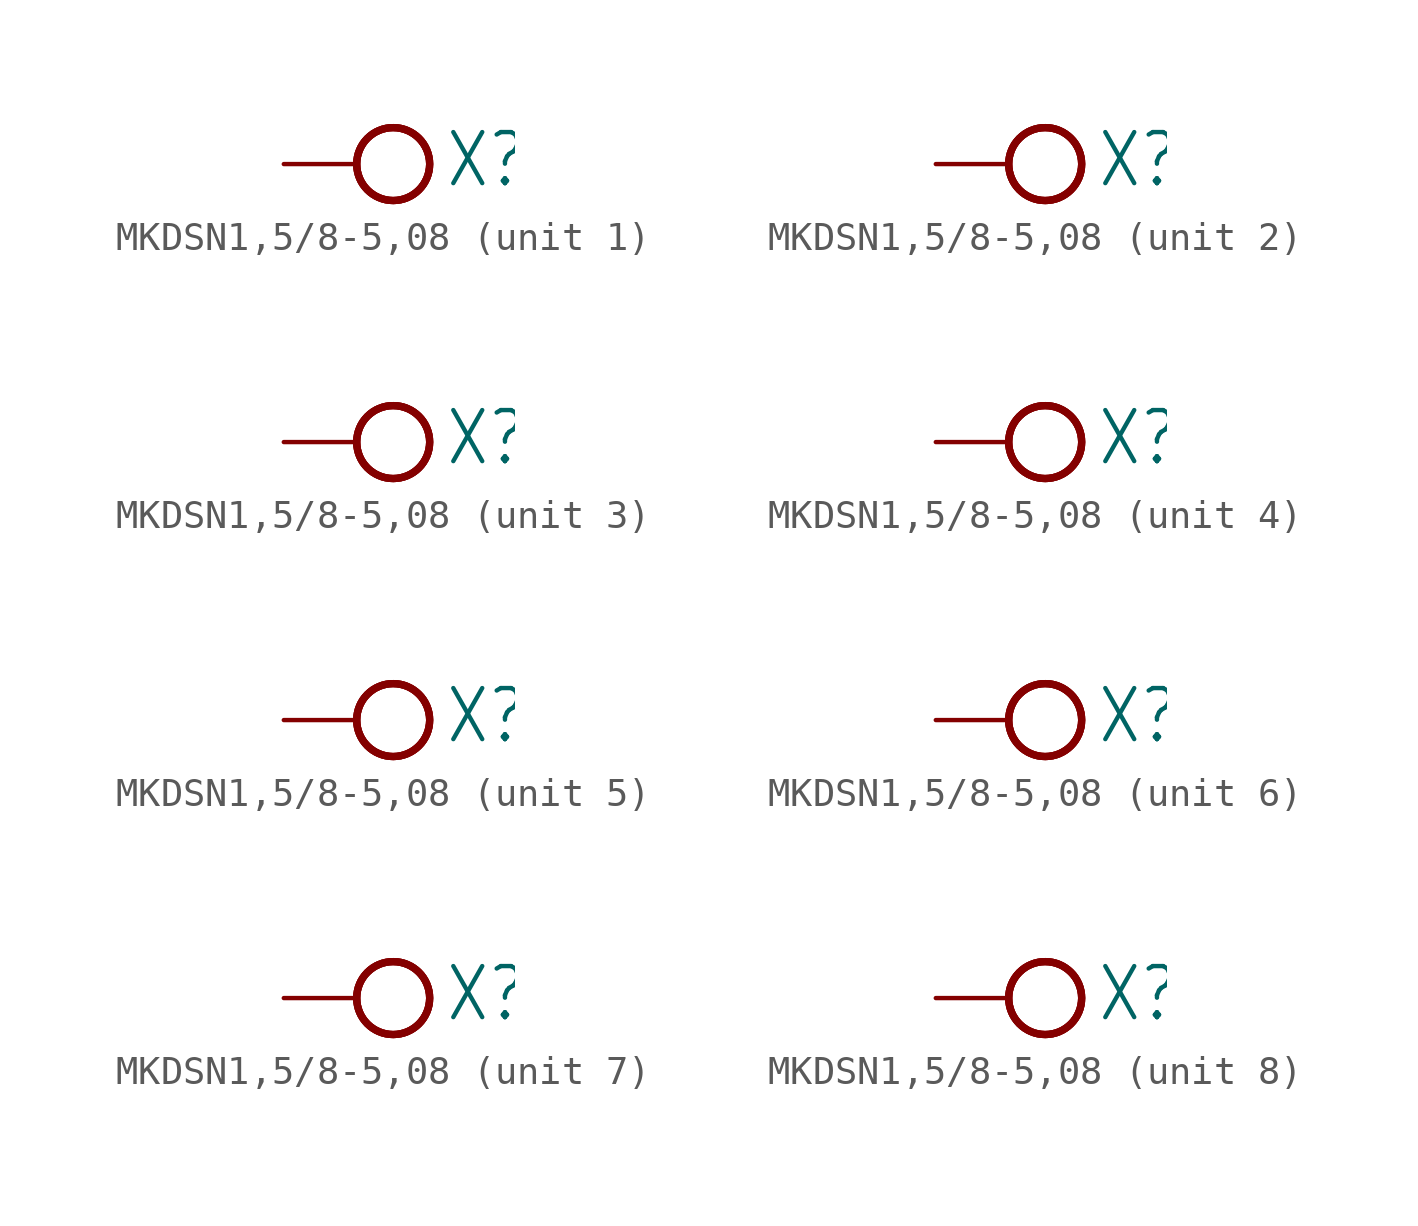
<source format=kicad_sym>
(kicad_symbol_lib
  (version 20241209)
  (generator "kicad_symbol_editor")
  (generator_version "9.0")
  (symbol "MKDSN1,5/8-5,08"
    (property "Reference" "X"
      (at 3.048 -0.889 0)
      (effects (font (size 1.778 1.511)) (justify left bottom)))
    (property "ki_locked" ""
      (at 0 0 0)
      (effects (font (size 1.27 1.27))))
    (symbol "MKDSN1,5/8-5,08_1_0"
      (circle (center 1.27 0) (radius 1.27) (stroke (width 0.254) (type solid)) (fill (type none)))
      (circle (center 1.27 0) (radius 1.27) (stroke (width 0.254) (type solid)) (fill (type none)))
      (circle (center 1.27 0) (radius 1.27) (stroke (width 0.254) (type solid)) (fill (type none)))
      (pin passive line (at -2.54 0 0) (length 2.54) (name "KL" (effects (font (size 0 0)))) (number "1" (effects (font (size 0 0))))))
    (symbol "MKDSN1,5/8-5,08_2_0"
      (circle (center 1.27 0) (radius 1.27) (stroke (width 0.254) (type solid)) (fill (type none)))
      (circle (center 1.27 0) (radius 1.27) (stroke (width 0.254) (type solid)) (fill (type none)))
      (circle (center 1.27 0) (radius 1.27) (stroke (width 0.254) (type solid)) (fill (type none)))
      (pin passive line (at -2.54 0 0) (length 2.54) (name "KL" (effects (font (size 0 0)))) (number "2" (effects (font (size 0 0))))))
    (symbol "MKDSN1,5/8-5,08_3_0"
      (circle (center 1.27 0) (radius 1.27) (stroke (width 0.254) (type solid)) (fill (type none)))
      (circle (center 1.27 0) (radius 1.27) (stroke (width 0.254) (type solid)) (fill (type none)))
      (circle (center 1.27 0) (radius 1.27) (stroke (width 0.254) (type solid)) (fill (type none)))
      (pin passive line (at -2.54 0 0) (length 2.54) (name "KL" (effects (font (size 0 0)))) (number "3" (effects (font (size 0 0))))))
    (symbol "MKDSN1,5/8-5,08_4_0"
      (circle (center 1.27 0) (radius 1.27) (stroke (width 0.254) (type solid)) (fill (type none)))
      (circle (center 1.27 0) (radius 1.27) (stroke (width 0.254) (type solid)) (fill (type none)))
      (circle (center 1.27 0) (radius 1.27) (stroke (width 0.254) (type solid)) (fill (type none)))
      (pin passive line (at -2.54 0 0) (length 2.54) (name "KL" (effects (font (size 0 0)))) (number "4" (effects (font (size 0 0))))))
    (symbol "MKDSN1,5/8-5,08_5_0"
      (circle (center 1.27 0) (radius 1.27) (stroke (width 0.254) (type solid)) (fill (type none)))
      (circle (center 1.27 0) (radius 1.27) (stroke (width 0.254) (type solid)) (fill (type none)))
      (circle (center 1.27 0) (radius 1.27) (stroke (width 0.254) (type solid)) (fill (type none)))
      (pin passive line (at -2.54 0 0) (length 2.54) (name "KL" (effects (font (size 0 0)))) (number "5" (effects (font (size 0 0))))))
    (symbol "MKDSN1,5/8-5,08_6_0"
      (circle (center 1.27 0) (radius 1.27) (stroke (width 0.254) (type solid)) (fill (type none)))
      (circle (center 1.27 0) (radius 1.27) (stroke (width 0.254) (type solid)) (fill (type none)))
      (circle (center 1.27 0) (radius 1.27) (stroke (width 0.254) (type solid)) (fill (type none)))
      (pin passive line (at -2.54 0 0) (length 2.54) (name "KL" (effects (font (size 0 0)))) (number "6" (effects (font (size 0 0))))))
    (symbol "MKDSN1,5/8-5,08_7_0"
      (circle (center 1.27 0) (radius 1.27) (stroke (width 0.254) (type solid)) (fill (type none)))
      (circle (center 1.27 0) (radius 1.27) (stroke (width 0.254) (type solid)) (fill (type none)))
      (circle (center 1.27 0) (radius 1.27) (stroke (width 0.254) (type solid)) (fill (type none)))
      (pin passive line (at -2.54 0 0) (length 2.54) (name "KL" (effects (font (size 0 0)))) (number "7" (effects (font (size 0 0))))))
    (symbol "MKDSN1,5/8-5,08_8_0"
      (circle (center 1.27 0) (radius 1.27) (stroke (width 0.254) (type solid)) (fill (type none)))
      (circle (center 1.27 0) (radius 1.27) (stroke (width 0.254) (type solid)) (fill (type none)))
      (circle (center 1.27 0) (radius 1.27) (stroke (width 0.254) (type solid)) (fill (type none)))
      (pin passive line (at -2.54 0 0) (length 2.54) (name "KL" (effects (font (size 0 0)))) (number "8" (effects (font (size 0 0))))))))
</source>
